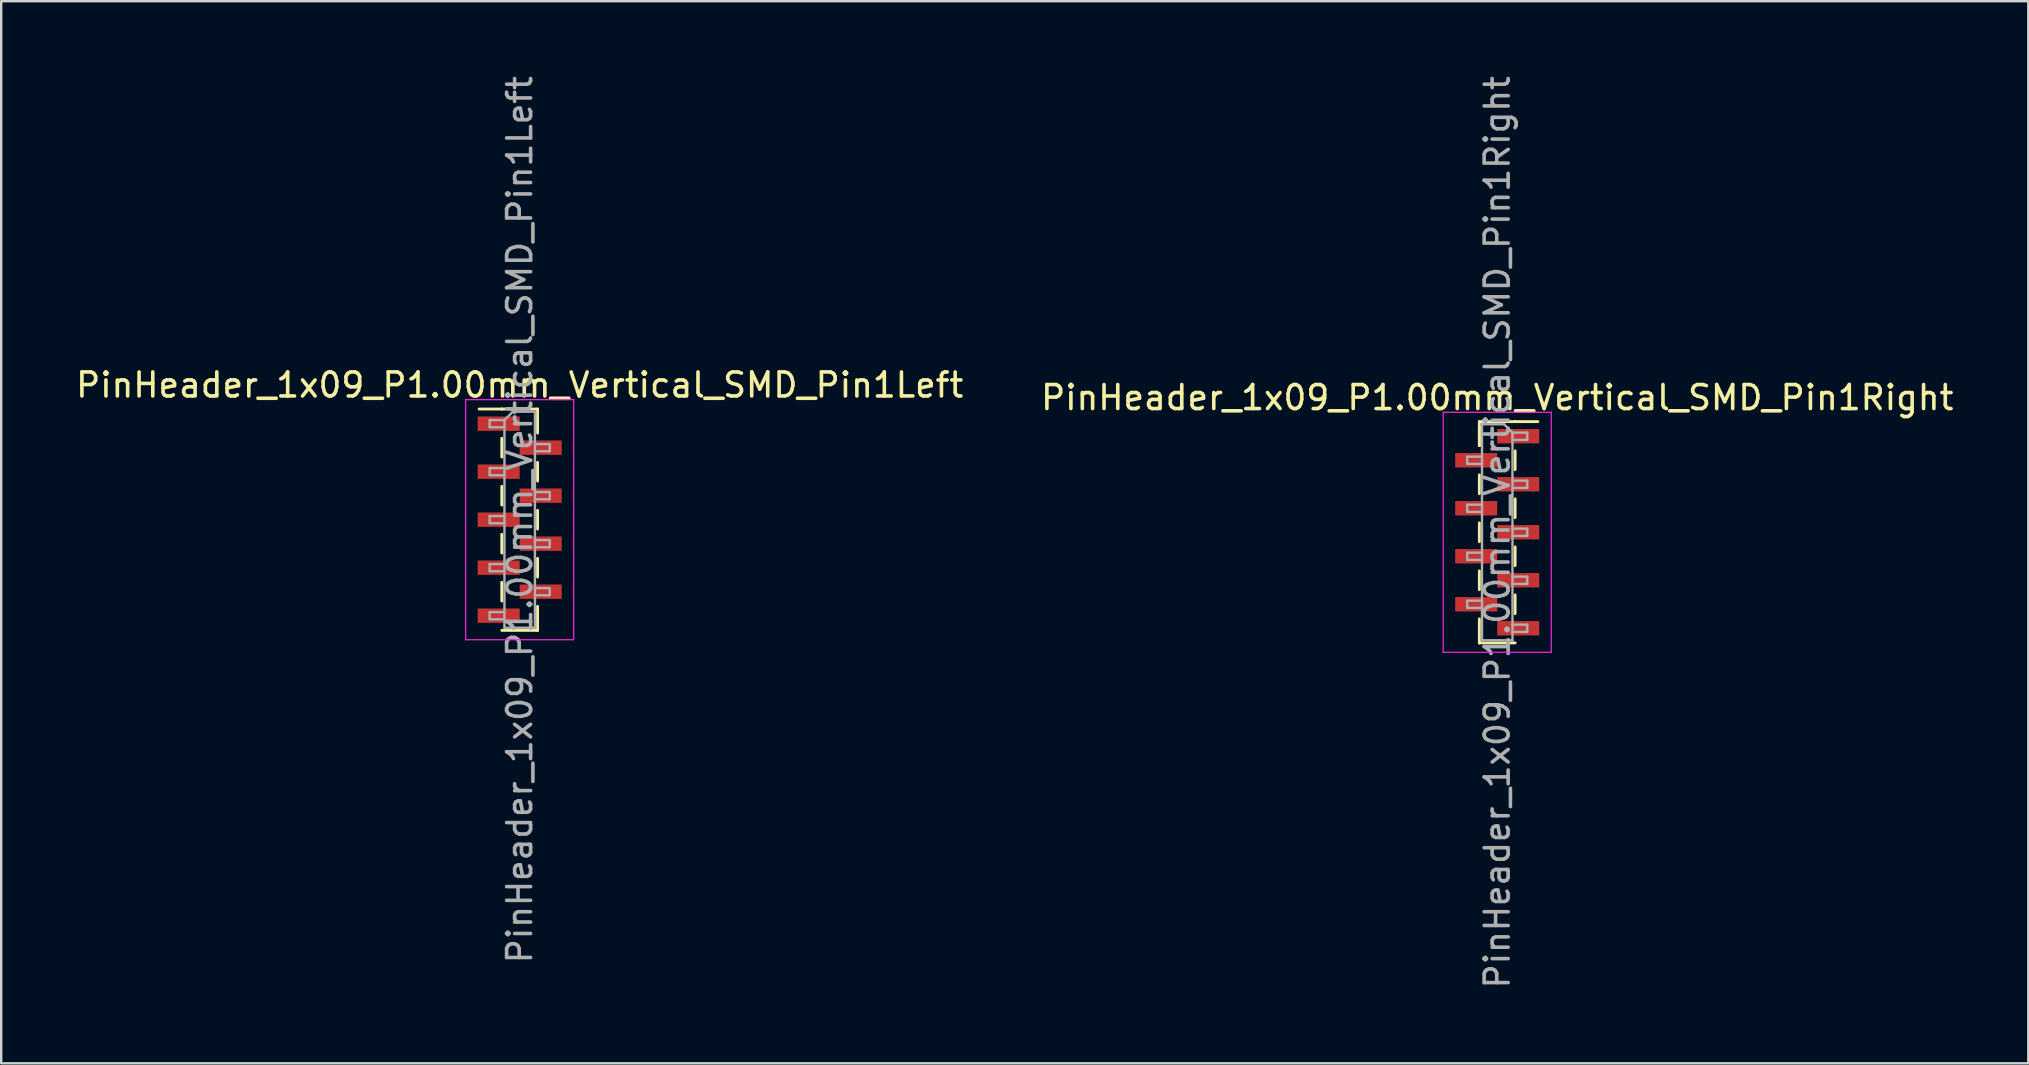
<source format=kicad_pcb>
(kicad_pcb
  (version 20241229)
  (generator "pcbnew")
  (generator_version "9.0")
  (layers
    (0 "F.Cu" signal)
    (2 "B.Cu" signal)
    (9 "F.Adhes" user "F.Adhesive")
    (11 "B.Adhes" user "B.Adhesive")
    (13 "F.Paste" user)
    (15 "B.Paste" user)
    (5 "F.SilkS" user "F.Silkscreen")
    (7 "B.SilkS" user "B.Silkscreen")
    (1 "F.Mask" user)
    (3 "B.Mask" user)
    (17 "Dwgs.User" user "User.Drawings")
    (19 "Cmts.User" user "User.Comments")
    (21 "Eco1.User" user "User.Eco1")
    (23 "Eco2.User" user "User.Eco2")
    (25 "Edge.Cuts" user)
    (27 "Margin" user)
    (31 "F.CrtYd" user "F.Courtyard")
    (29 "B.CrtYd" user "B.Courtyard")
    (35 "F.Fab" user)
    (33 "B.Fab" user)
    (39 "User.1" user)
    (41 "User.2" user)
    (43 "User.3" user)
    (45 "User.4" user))
  (footprint "PinHeader_1x09_P1.00mm_Vertical_SMD_Pin1Left"
    (layer "F.Cu")
    (at 18.601 18.601)
    (property "Reference" "PinHeader_1x09_P1.00mm_Vertical_SMD_Pin1Left" (at 0 -5.61 0) (layer "F.SilkS") (effects (font (size 1 1) (thickness 0.15))))
    (attr smd)
    (fp_line (start -0.745 -4.61) (end -1.69 -4.61) (stroke (width 0.12) (type solid)) (layer "F.SilkS"))
    (fp_line (start -0.745 -4.61) (end -0.745 -4.61) (stroke (width 0.12) (type solid)) (layer "F.SilkS"))
    (fp_line (start -0.745 -4.61) (end 0.745 -4.61) (stroke (width 0.12) (type solid)) (layer "F.SilkS"))
    (fp_line (start -0.745 -3.39) (end -0.745 -2.61) (stroke (width 0.12) (type solid)) (layer "F.SilkS"))
    (fp_line (start -0.745 -1.39) (end -0.745 -0.61) (stroke (width 0.12) (type solid)) (layer "F.SilkS"))
    (fp_line (start -0.745 0.61) (end -0.745 1.39) (stroke (width 0.12) (type solid)) (layer "F.SilkS"))
    (fp_line (start -0.745 2.61) (end -0.745 3.39) (stroke (width 0.12) (type solid)) (layer "F.SilkS"))
    (fp_line (start -0.745 4.61) (end 0.745 4.61) (stroke (width 0.12) (type solid)) (layer "F.SilkS"))
    (fp_line (start 0.745 -4.61) (end 0.745 -3.61) (stroke (width 0.12) (type solid)) (layer "F.SilkS"))
    (fp_line (start 0.745 -2.39) (end 0.745 -1.61) (stroke (width 0.12) (type solid)) (layer "F.SilkS"))
    (fp_line (start 0.745 -0.39) (end 0.745 0.39) (stroke (width 0.12) (type solid)) (layer "F.SilkS"))
    (fp_line (start 0.745 1.61) (end 0.745 2.39) (stroke (width 0.12) (type solid)) (layer "F.SilkS"))
    (fp_line (start 0.745 3.61) (end 0.745 4.61) (stroke (width 0.12) (type solid)) (layer "F.SilkS"))
    (fp_line (start 0.745 4.61) (end 0.745 4.61) (stroke (width 0.12) (type solid)) (layer "F.SilkS"))
    (fp_line (start -2.25 -5) (end -2.25 5) (stroke (width 0.05) (type solid)) (layer "F.CrtYd"))
    (fp_line (start -2.25 5) (end 2.25 5) (stroke (width 0.05) (type solid)) (layer "F.CrtYd"))
    (fp_line (start 2.25 -5) (end -2.25 -5) (stroke (width 0.05) (type solid)) (layer "F.CrtYd"))
    (fp_line (start 2.25 5) (end 2.25 -5) (stroke (width 0.05) (type solid)) (layer "F.CrtYd"))
    (fp_line (start -1.25 -4.15) (end -1.25 -3.85) (stroke (width 0.1) (type solid)) (layer "F.Fab"))
    (fp_line (start -1.25 -3.85) (end -0.635 -3.85) (stroke (width 0.1) (type solid)) (layer "F.Fab"))
    (fp_line (start -1.25 -2.15) (end -1.25 -1.85) (stroke (width 0.1) (type solid)) (layer "F.Fab"))
    (fp_line (start -1.25 -1.85) (end -0.635 -1.85) (stroke (width 0.1) (type solid)) (layer "F.Fab"))
    (fp_line (start -1.25 -0.15) (end -1.25 0.15) (stroke (width 0.1) (type solid)) (layer "F.Fab"))
    (fp_line (start -1.25 0.15) (end -0.635 0.15) (stroke (width 0.1) (type solid)) (layer "F.Fab"))
    (fp_line (start -1.25 1.85) (end -1.25 2.15) (stroke (width 0.1) (type solid)) (layer "F.Fab"))
    (fp_line (start -1.25 2.15) (end -0.635 2.15) (stroke (width 0.1) (type solid)) (layer "F.Fab"))
    (fp_line (start -1.25 3.85) (end -1.25 4.15) (stroke (width 0.1) (type solid)) (layer "F.Fab"))
    (fp_line (start -1.25 4.15) (end -0.635 4.15) (stroke (width 0.1) (type solid)) (layer "F.Fab"))
    (fp_line (start -0.635 -4.15) (end -1.25 -4.15) (stroke (width 0.1) (type solid)) (layer "F.Fab"))
    (fp_line (start -0.635 -4.15) (end -0.285 -4.5) (stroke (width 0.1) (type solid)) (layer "F.Fab"))
    (fp_line (start -0.635 -2.15) (end -1.25 -2.15) (stroke (width 0.1) (type solid)) (layer "F.Fab"))
    (fp_line (start -0.635 -0.15) (end -1.25 -0.15) (stroke (width 0.1) (type solid)) (layer "F.Fab"))
    (fp_line (start -0.635 1.85) (end -1.25 1.85) (stroke (width 0.1) (type solid)) (layer "F.Fab"))
    (fp_line (start -0.635 3.85) (end -1.25 3.85) (stroke (width 0.1) (type solid)) (layer "F.Fab"))
    (fp_line (start -0.635 4.5) (end -0.635 -4.15) (stroke (width 0.1) (type solid)) (layer "F.Fab"))
    (fp_line (start -0.285 -4.5) (end 0.635 -4.5) (stroke (width 0.1) (type solid)) (layer "F.Fab"))
    (fp_line (start 0.635 -4.5) (end 0.635 4.5) (stroke (width 0.1) (type solid)) (layer "F.Fab"))
    (fp_line (start 0.635 -3.15) (end 1.25 -3.15) (stroke (width 0.1) (type solid)) (layer "F.Fab"))
    (fp_line (start 0.635 -1.15) (end 1.25 -1.15) (stroke (width 0.1) (type solid)) (layer "F.Fab"))
    (fp_line (start 0.635 0.85) (end 1.25 0.85) (stroke (width 0.1) (type solid)) (layer "F.Fab"))
    (fp_line (start 0.635 2.85) (end 1.25 2.85) (stroke (width 0.1) (type solid)) (layer "F.Fab"))
    (fp_line (start 0.635 4.5) (end -0.635 4.5) (stroke (width 0.1) (type solid)) (layer "F.Fab"))
    (fp_line (start 1.25 -3.15) (end 1.25 -2.85) (stroke (width 0.1) (type solid)) (layer "F.Fab"))
    (fp_line (start 1.25 -2.85) (end 0.635 -2.85) (stroke (width 0.1) (type solid)) (layer "F.Fab"))
    (fp_line (start 1.25 -1.15) (end 1.25 -0.85) (stroke (width 0.1) (type solid)) (layer "F.Fab"))
    (fp_line (start 1.25 -0.85) (end 0.635 -0.85) (stroke (width 0.1) (type solid)) (layer "F.Fab"))
    (fp_line (start 1.25 0.85) (end 1.25 1.15) (stroke (width 0.1) (type solid)) (layer "F.Fab"))
    (fp_line (start 1.25 1.15) (end 0.635 1.15) (stroke (width 0.1) (type solid)) (layer "F.Fab"))
    (fp_line (start 1.25 2.85) (end 1.25 3.15) (stroke (width 0.1) (type solid)) (layer "F.Fab"))
    (fp_line (start 1.25 3.15) (end 0.635 3.15) (stroke (width 0.1) (type solid)) (layer "F.Fab"))
    (fp_text user "${REFERENCE}" (at 0 0 90) (layer "F.Fab") (effects (font (size 1 1) (thickness 0.15))))
    (pad "1" smd rect (at -0.875 -4) (size 1.75 0.6) (layers "F.Cu" "F.Mask" "F.Paste"))
    (pad "2" smd rect (at 0.875 -3) (size 1.75 0.6) (layers "F.Cu" "F.Mask" "F.Paste"))
    (pad "3" smd rect (at -0.875 -2) (size 1.75 0.6) (layers "F.Cu" "F.Mask" "F.Paste"))
    (pad "4" smd rect (at 0.875 -1) (size 1.75 0.6) (layers "F.Cu" "F.Mask" "F.Paste"))
    (pad "5" smd rect (at -0.875 0) (size 1.75 0.6) (layers "F.Cu" "F.Mask" "F.Paste"))
    (pad "6" smd rect (at 0.875 1) (size 1.75 0.6) (layers "F.Cu" "F.Mask" "F.Paste"))
    (pad "7" smd rect (at -0.875 2) (size 1.75 0.6) (layers "F.Cu" "F.Mask" "F.Paste"))
    (pad "8" smd rect (at 0.875 3) (size 1.75 0.6) (layers "F.Cu" "F.Mask" "F.Paste"))
    (pad "9" smd rect (at -0.875 4) (size 1.75 0.6) (layers "F.Cu" "F.Mask" "F.Paste")))
  (footprint "PinHeader_1x09_P1.00mm_Vertical_SMD_Pin1Right"
    (layer "F.Cu")
    (at 59.327 19.125)
    (property "Reference" "PinHeader_1x09_P1.00mm_Vertical_SMD_Pin1Right" (at 0 -5.61 0) (layer "F.SilkS") (effects (font (size 1 1) (thickness 0.15))))
    (attr smd)
    (fp_line (start -0.745 -4.61) (end -0.745 -3.61) (stroke (width 0.12) (type solid)) (layer "F.SilkS"))
    (fp_line (start -0.745 -4.61) (end 0.745 -4.61) (stroke (width 0.12) (type solid)) (layer "F.SilkS"))
    (fp_line (start -0.745 -4.39) (end -0.745 -3.61) (stroke (width 0.12) (type solid)) (layer "F.SilkS"))
    (fp_line (start -0.745 -2.39) (end -0.745 -1.61) (stroke (width 0.12) (type solid)) (layer "F.SilkS"))
    (fp_line (start -0.745 -0.39) (end -0.745 0.39) (stroke (width 0.12) (type solid)) (layer "F.SilkS"))
    (fp_line (start -0.745 1.61) (end -0.745 2.39) (stroke (width 0.12) (type solid)) (layer "F.SilkS"))
    (fp_line (start -0.745 3.61) (end -0.745 4.61) (stroke (width 0.12) (type solid)) (layer "F.SilkS"))
    (fp_line (start -0.745 4.61) (end -0.745 4.61) (stroke (width 0.12) (type solid)) (layer "F.SilkS"))
    (fp_line (start -0.745 4.61) (end 0.745 4.61) (stroke (width 0.12) (type solid)) (layer "F.SilkS"))
    (fp_line (start 0.745 -4.61) (end 0.745 -4.61) (stroke (width 0.12) (type solid)) (layer "F.SilkS"))
    (fp_line (start 0.745 -4.61) (end 1.69 -4.61) (stroke (width 0.12) (type solid)) (layer "F.SilkS"))
    (fp_line (start 0.745 -3.39) (end 0.745 -2.61) (stroke (width 0.12) (type solid)) (layer "F.SilkS"))
    (fp_line (start 0.745 -1.39) (end 0.745 -0.61) (stroke (width 0.12) (type solid)) (layer "F.SilkS"))
    (fp_line (start 0.745 0.61) (end 0.745 1.39) (stroke (width 0.12) (type solid)) (layer "F.SilkS"))
    (fp_line (start 0.745 2.61) (end 0.745 3.39) (stroke (width 0.12) (type solid)) (layer "F.SilkS"))
    (fp_line (start -2.25 -5) (end -2.25 5) (stroke (width 0.05) (type solid)) (layer "F.CrtYd"))
    (fp_line (start -2.25 5) (end 2.25 5) (stroke (width 0.05) (type solid)) (layer "F.CrtYd"))
    (fp_line (start 2.25 -5) (end -2.25 -5) (stroke (width 0.05) (type solid)) (layer "F.CrtYd"))
    (fp_line (start 2.25 5) (end 2.25 -5) (stroke (width 0.05) (type solid)) (layer "F.CrtYd"))
    (fp_line (start -1.25 -3.15) (end -1.25 -2.85) (stroke (width 0.1) (type solid)) (layer "F.Fab"))
    (fp_line (start -1.25 -2.85) (end -0.635 -2.85) (stroke (width 0.1) (type solid)) (layer "F.Fab"))
    (fp_line (start -1.25 -1.15) (end -1.25 -0.85) (stroke (width 0.1) (type solid)) (layer "F.Fab"))
    (fp_line (start -1.25 -0.85) (end -0.635 -0.85) (stroke (width 0.1) (type solid)) (layer "F.Fab"))
    (fp_line (start -1.25 0.85) (end -1.25 1.15) (stroke (width 0.1) (type solid)) (layer "F.Fab"))
    (fp_line (start -1.25 1.15) (end -0.635 1.15) (stroke (width 0.1) (type solid)) (layer "F.Fab"))
    (fp_line (start -1.25 2.85) (end -1.25 3.15) (stroke (width 0.1) (type solid)) (layer "F.Fab"))
    (fp_line (start -1.25 3.15) (end -0.635 3.15) (stroke (width 0.1) (type solid)) (layer "F.Fab"))
    (fp_line (start -0.635 -4.5) (end -0.635 4.5) (stroke (width 0.1) (type solid)) (layer "F.Fab"))
    (fp_line (start -0.635 -4.5) (end 0.285 -4.5) (stroke (width 0.1) (type solid)) (layer "F.Fab"))
    (fp_line (start -0.635 -3.15) (end -1.25 -3.15) (stroke (width 0.1) (type solid)) (layer "F.Fab"))
    (fp_line (start -0.635 -1.15) (end -1.25 -1.15) (stroke (width 0.1) (type solid)) (layer "F.Fab"))
    (fp_line (start -0.635 0.85) (end -1.25 0.85) (stroke (width 0.1) (type solid)) (layer "F.Fab"))
    (fp_line (start -0.635 2.85) (end -1.25 2.85) (stroke (width 0.1) (type solid)) (layer "F.Fab"))
    (fp_line (start 0.635 -4.15) (end 0.285 -4.5) (stroke (width 0.1) (type solid)) (layer "F.Fab"))
    (fp_line (start 0.635 -4.15) (end 1.25 -4.15) (stroke (width 0.1) (type solid)) (layer "F.Fab"))
    (fp_line (start 0.635 -2.15) (end 1.25 -2.15) (stroke (width 0.1) (type solid)) (layer "F.Fab"))
    (fp_line (start 0.635 -0.15) (end 1.25 -0.15) (stroke (width 0.1) (type solid)) (layer "F.Fab"))
    (fp_line (start 0.635 1.85) (end 1.25 1.85) (stroke (width 0.1) (type solid)) (layer "F.Fab"))
    (fp_line (start 0.635 3.85) (end 1.25 3.85) (stroke (width 0.1) (type solid)) (layer "F.Fab"))
    (fp_line (start 0.635 4.5) (end -0.635 4.5) (stroke (width 0.1) (type solid)) (layer "F.Fab"))
    (fp_line (start 0.635 4.5) (end 0.635 -4.15) (stroke (width 0.1) (type solid)) (layer "F.Fab"))
    (fp_line (start 1.25 -4.15) (end 1.25 -3.85) (stroke (width 0.1) (type solid)) (layer "F.Fab"))
    (fp_line (start 1.25 -3.85) (end 0.635 -3.85) (stroke (width 0.1) (type solid)) (layer "F.Fab"))
    (fp_line (start 1.25 -2.15) (end 1.25 -1.85) (stroke (width 0.1) (type solid)) (layer "F.Fab"))
    (fp_line (start 1.25 -1.85) (end 0.635 -1.85) (stroke (width 0.1) (type solid)) (layer "F.Fab"))
    (fp_line (start 1.25 -0.15) (end 1.25 0.15) (stroke (width 0.1) (type solid)) (layer "F.Fab"))
    (fp_line (start 1.25 0.15) (end 0.635 0.15) (stroke (width 0.1) (type solid)) (layer "F.Fab"))
    (fp_line (start 1.25 1.85) (end 1.25 2.15) (stroke (width 0.1) (type solid)) (layer "F.Fab"))
    (fp_line (start 1.25 2.15) (end 0.635 2.15) (stroke (width 0.1) (type solid)) (layer "F.Fab"))
    (fp_line (start 1.25 3.85) (end 1.25 4.15) (stroke (width 0.1) (type solid)) (layer "F.Fab"))
    (fp_line (start 1.25 4.15) (end 0.635 4.15) (stroke (width 0.1) (type solid)) (layer "F.Fab"))
    (fp_text user "${REFERENCE}" (at 0 0 90) (layer "F.Fab") (effects (font (size 1 1) (thickness 0.15))))
    (pad "1" smd rect (at 0.875 -4) (size 1.75 0.6) (layers "F.Cu" "F.Mask" "F.Paste"))
    (pad "2" smd rect (at -0.875 -3) (size 1.75 0.6) (layers "F.Cu" "F.Mask" "F.Paste"))
    (pad "3" smd rect (at 0.875 -2) (size 1.75 0.6) (layers "F.Cu" "F.Mask" "F.Paste"))
    (pad "4" smd rect (at -0.875 -1) (size 1.75 0.6) (layers "F.Cu" "F.Mask" "F.Paste"))
    (pad "5" smd rect (at 0.875 0) (size 1.75 0.6) (layers "F.Cu" "F.Mask" "F.Paste"))
    (pad "6" smd rect (at -0.875 1) (size 1.75 0.6) (layers "F.Cu" "F.Mask" "F.Paste"))
    (pad "7" smd rect (at 0.875 2) (size 1.75 0.6) (layers "F.Cu" "F.Mask" "F.Paste"))
    (pad "8" smd rect (at -0.875 3) (size 1.75 0.6) (layers "F.Cu" "F.Mask" "F.Paste"))
    (pad "9" smd rect (at 0.875 4) (size 1.75 0.6) (layers "F.Cu" "F.Mask" "F.Paste")))
  (gr_rect
    (start -3 -3)
    (end 81.452 41.25)
    (stroke (width 0.1) (type default))
    (fill no)
    (layer "Edge.Cuts")))
</source>
